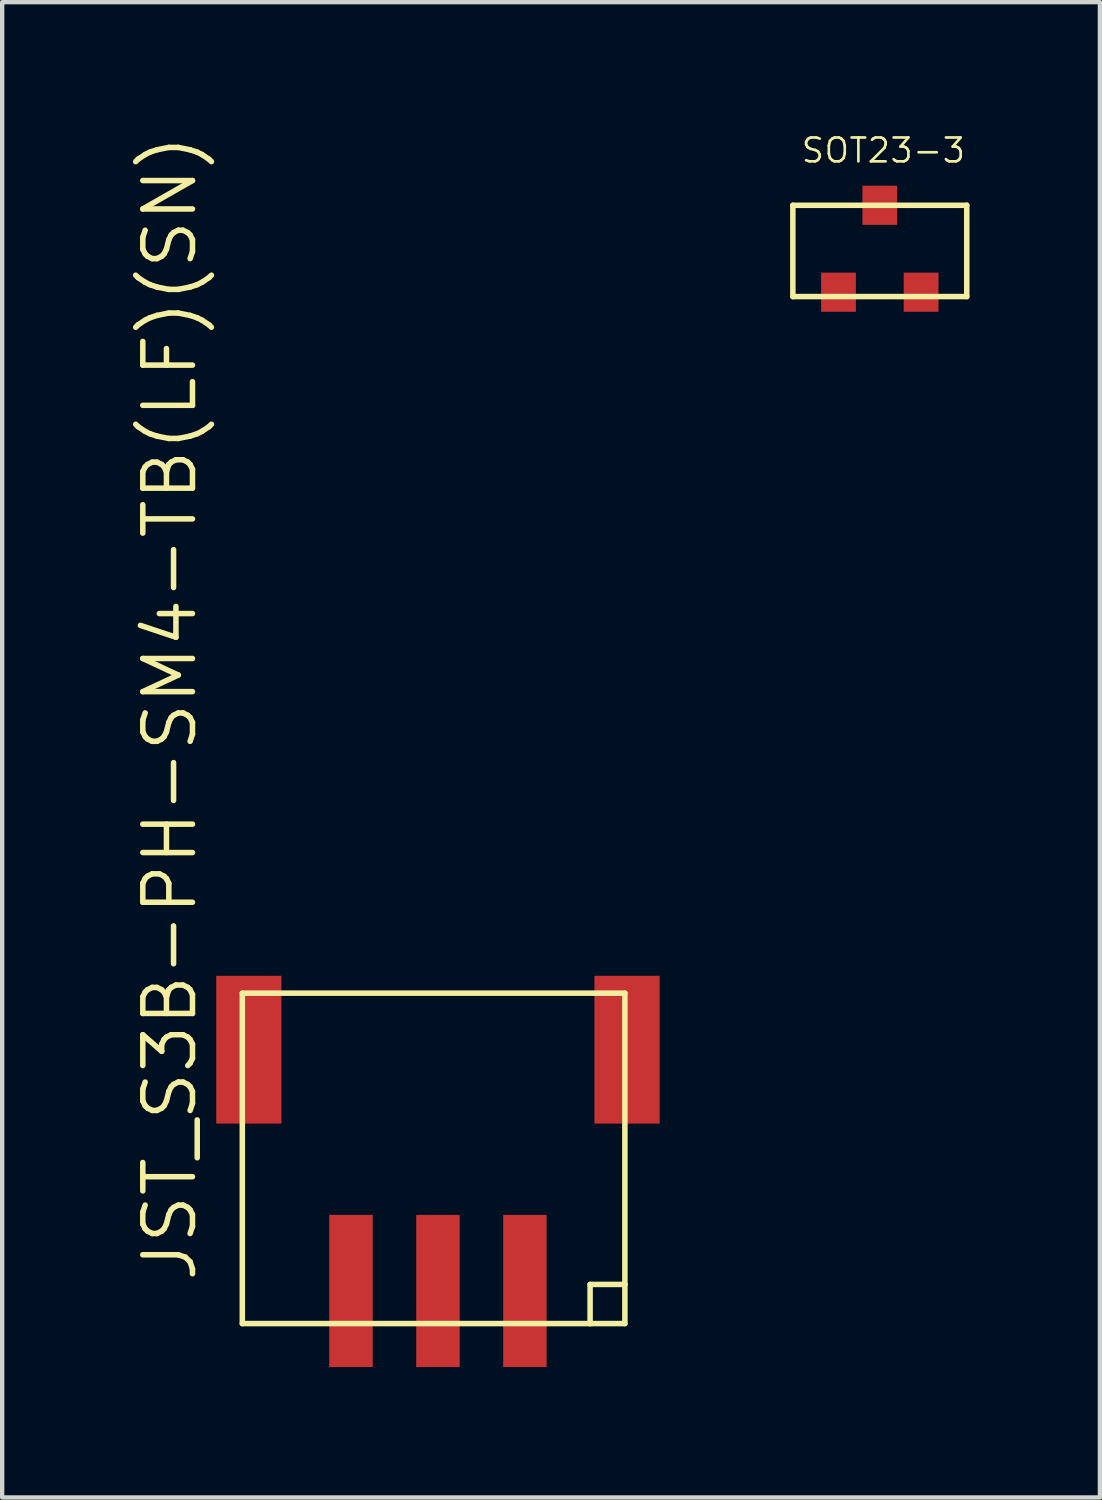
<source format=kicad_pcb>
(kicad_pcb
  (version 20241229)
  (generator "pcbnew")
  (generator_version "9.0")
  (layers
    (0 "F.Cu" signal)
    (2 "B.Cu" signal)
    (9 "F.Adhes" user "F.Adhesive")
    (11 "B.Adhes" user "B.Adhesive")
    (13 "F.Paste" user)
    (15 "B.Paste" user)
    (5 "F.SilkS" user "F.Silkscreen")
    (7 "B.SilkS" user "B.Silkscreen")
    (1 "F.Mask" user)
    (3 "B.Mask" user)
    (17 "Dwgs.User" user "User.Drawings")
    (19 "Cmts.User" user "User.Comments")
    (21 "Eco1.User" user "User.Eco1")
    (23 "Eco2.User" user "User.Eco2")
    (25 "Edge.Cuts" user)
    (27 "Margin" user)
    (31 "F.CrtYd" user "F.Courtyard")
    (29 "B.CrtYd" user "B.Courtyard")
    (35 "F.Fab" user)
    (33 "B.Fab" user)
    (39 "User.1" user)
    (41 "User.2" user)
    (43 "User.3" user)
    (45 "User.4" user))
  (footprint "SOT23-3"
    (layer "F.Cu")
    (at 17.188 2.672)
    (property "Reference" "SOT23-3" (at -1.84 -1.94 0) (unlocked yes) (layer "F.SilkS") (effects (font (size 0.549 0.549) (thickness 0.061)) (justify left bottom)))
    (fp_line (start -2 -1) (end 2 -1) (stroke (width 0.127) (type solid)) (layer "F.SilkS"))
    (fp_line (start -2 1.1) (end -2 -1) (stroke (width 0.127) (type solid)) (layer "F.SilkS"))
    (fp_line (start 2 -1) (end 2 1.1) (stroke (width 0.127) (type solid)) (layer "F.SilkS"))
    (fp_line (start 2 1.1) (end -2 1.1) (stroke (width 0.127) (type solid)) (layer "F.SilkS"))
    (pad "1" smd rect (at -0.95 1 90) (size 0.9 0.8) (layers "F.Cu" "F.Mask" "F.Paste"))
    (pad "2" smd rect (at 0.95 1 90) (size 0.9 0.8) (layers "F.Cu" "F.Mask" "F.Paste"))
    (pad "3" smd rect (at 0 -1 90) (size 0.9 0.8) (layers "F.Cu" "F.Mask" "F.Paste")))
  (footprint "JST_S3B-PH-SM4-TB(LF)(SN)"
    (layer "F.Cu")
    (at 7.024 23.666)
    (property "Reference" "JST_S3B-PH-SM4-TB(LF)(SN)" (at -5.5 2.83 90) (unlocked yes) (layer "F.SilkS") (effects (font (size 1.143 1.143) (thickness 0.127)) (justify left bottom)))
    (fp_line (start -4.5 -3.87) (end -4.5 3.73) (stroke (width 0.127) (type solid)) (layer "F.SilkS"))
    (fp_line (start -4.5 -3.87) (end 4.3 -3.87) (stroke (width 0.127) (type solid)) (layer "F.SilkS"))
    (fp_line (start -4.5 3.73) (end 3.5 3.73) (stroke (width 0.127) (type solid)) (layer "F.SilkS"))
    (fp_line (start 3.5 2.83) (end 3.5 3.73) (stroke (width 0.127) (type solid)) (layer "F.SilkS"))
    (fp_line (start 3.5 3.73) (end 4.3 3.73) (stroke (width 0.127) (type solid)) (layer "F.SilkS"))
    (fp_line (start 4.3 2.83) (end 3.5 2.83) (stroke (width 0.127) (type solid)) (layer "F.SilkS"))
    (fp_line (start 4.3 2.83) (end 4.3 -3.87) (stroke (width 0.127) (type solid)) (layer "F.SilkS"))
    (fp_line (start 4.3 3.73) (end 4.3 2.83) (stroke (width 0.127) (type solid)) (layer "F.SilkS"))
    (pad "1" smd rect (at 2 2.98) (size 1 3.5) (layers "F.Cu" "F.Mask" "F.Paste"))
    (pad "2" smd rect (at 0 2.98) (size 1 3.5) (layers "F.Cu" "F.Mask" "F.Paste"))
    (pad "3" smd rect (at -2 2.98) (size 1 3.5) (layers "F.Cu" "F.Mask" "F.Paste"))
    (pad "S1" smd rect (at -4.35 -2.57) (size 1.5 3.4) (layers "F.Cu" "F.Mask" "F.Paste"))
    (pad "S2" smd rect (at 4.35 -2.57) (size 1.5 3.4) (layers "F.Cu" "F.Mask" "F.Paste")))
  (gr_rect
    (start -3 -3)
    (end 22.251 31.396)
    (stroke (width 0.1) (type default))
    (fill no)
    (layer "Edge.Cuts")))
</source>
